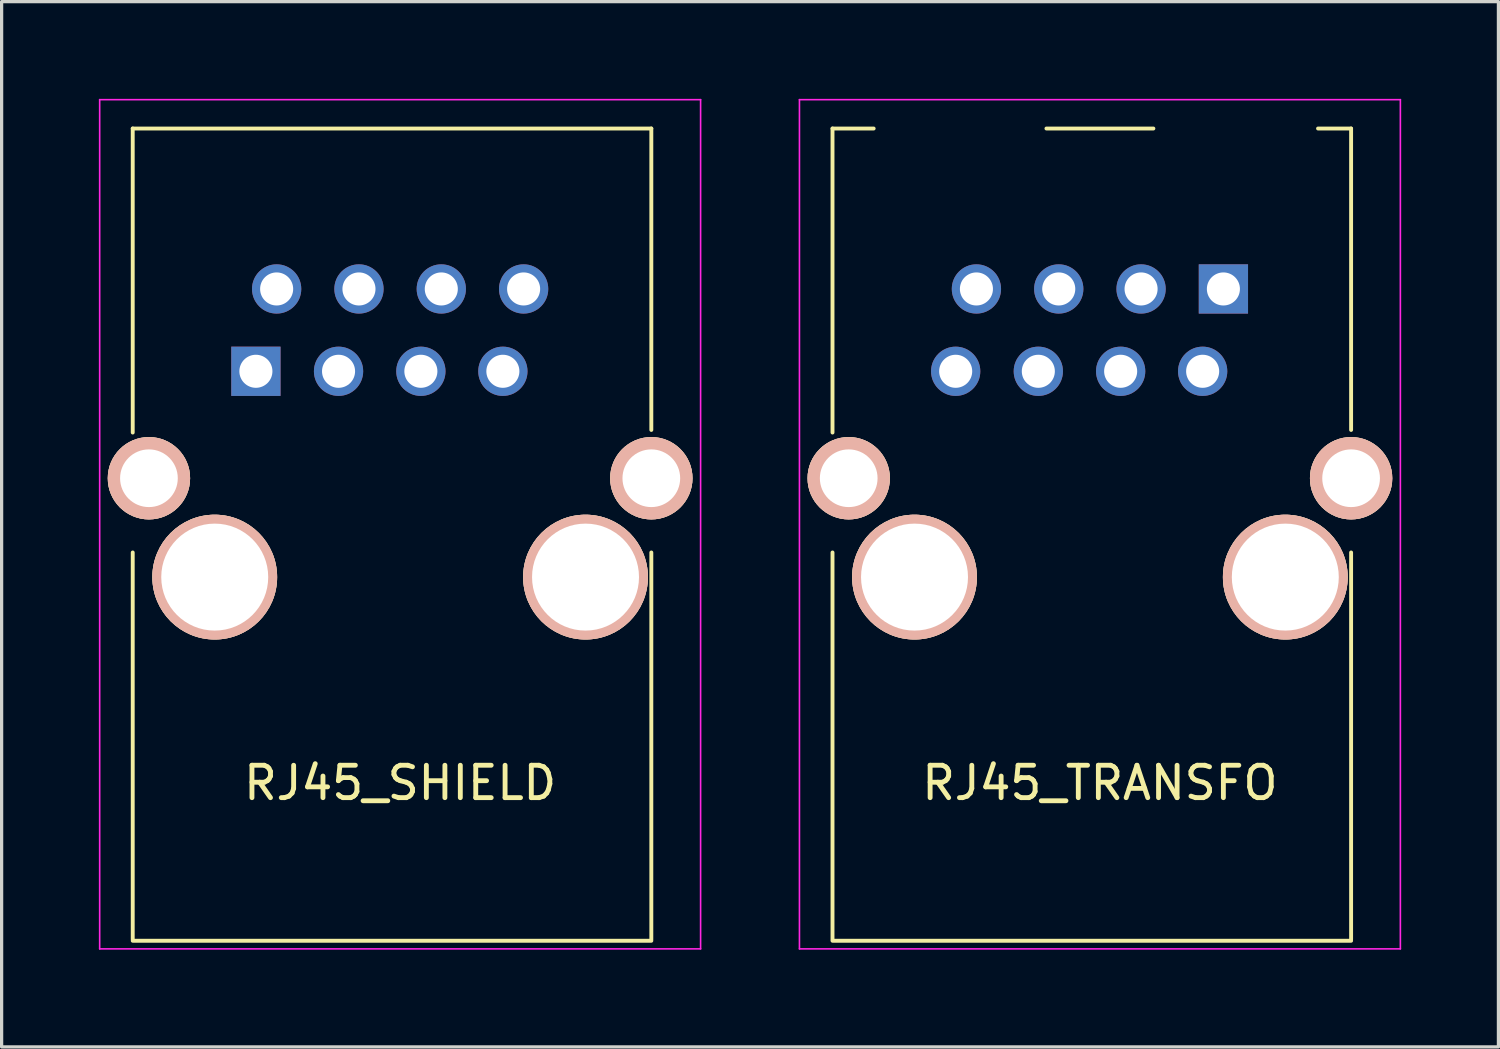
<source format=kicad_pcb>
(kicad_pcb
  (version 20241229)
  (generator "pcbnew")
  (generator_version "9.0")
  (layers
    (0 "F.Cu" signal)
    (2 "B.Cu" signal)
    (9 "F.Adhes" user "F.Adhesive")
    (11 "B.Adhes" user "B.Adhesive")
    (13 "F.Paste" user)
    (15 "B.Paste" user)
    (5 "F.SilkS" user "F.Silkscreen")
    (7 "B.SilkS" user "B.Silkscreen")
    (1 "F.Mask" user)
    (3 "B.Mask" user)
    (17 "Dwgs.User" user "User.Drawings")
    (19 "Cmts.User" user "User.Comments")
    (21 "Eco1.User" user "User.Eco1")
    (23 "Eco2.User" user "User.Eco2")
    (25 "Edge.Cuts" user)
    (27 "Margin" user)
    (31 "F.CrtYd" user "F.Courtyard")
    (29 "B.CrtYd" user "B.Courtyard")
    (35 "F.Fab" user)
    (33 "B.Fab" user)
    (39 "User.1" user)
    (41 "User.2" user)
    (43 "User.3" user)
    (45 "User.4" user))
  (footprint "RJ45_SHIELD"
    (layer "F.Cu")
    (at 13.105 5.865)
    (property "Reference" "RJ45_SHIELD" (at -3.81 15.24 0) (layer "F.SilkS") (effects (font (size 1 1) (thickness 0.15))))
    (attr through_hole)
    (fp_line (start -12.06 -4.95) (end -12.06 4.43) (stroke (width 0.12) (type solid)) (layer "F.SilkS"))
    (fp_line (start -12.06 20.07) (end -12.06 8.13) (stroke (width 0.12) (type solid)) (layer "F.SilkS"))
    (fp_line (start -12.06 20.11) (end 3.94 20.11) (stroke (width 0.12) (type solid)) (layer "F.SilkS"))
    (fp_line (start 3.94 -4.95) (end -12.06 -4.95) (stroke (width 0.12) (type solid)) (layer "F.SilkS"))
    (fp_line (start 3.94 -4.95) (end 3.94 4.35) (stroke (width 0.12) (type solid)) (layer "F.SilkS"))
    (fp_line (start 3.94 20.07) (end 3.94 8.13) (stroke (width 0.12) (type solid)) (layer "F.SilkS"))
    (fp_line (start -13.08 -5.84) (end -13.08 20.36) (stroke (width 0.05) (type solid)) (layer "F.CrtYd"))
    (fp_line (start -13.08 -5.84) (end 5.46 -5.84) (stroke (width 0.05) (type solid)) (layer "F.CrtYd"))
    (fp_line (start 5.46 20.36) (end -13.08 20.36) (stroke (width 0.05) (type solid)) (layer "F.CrtYd"))
    (fp_line (start 5.46 20.36) (end 5.46 -5.84) (stroke (width 0.05) (type solid)) (layer "F.CrtYd"))
    (pad "1" thru_hole rect (at -8.26 2.54) (size 1.52 1.52) (drill 1.02) (layers "*.Cu" "*.Mask"))
    (pad "2" thru_hole circle (at -7.62 0) (size 1.52 1.52) (drill 1.02) (layers "*.Cu" "*.Mask"))
    (pad "3" thru_hole circle (at -5.71 2.54) (size 1.52 1.52) (drill 1.02) (layers "*.Cu" "*.Mask"))
    (pad "4" thru_hole circle (at -5.08 0) (size 1.52 1.52) (drill 1.02) (layers "*.Cu" "*.Mask"))
    (pad "5" thru_hole circle (at -3.17 2.54) (size 1.52 1.52) (drill 1.02) (layers "*.Cu" "*.Mask"))
    (pad "6" thru_hole circle (at -2.54 0) (size 1.52 1.52) (drill 1.02) (layers "*.Cu" "*.Mask"))
    (pad "7" thru_hole circle (at -0.64 2.54) (size 1.52 1.52) (drill 1.02) (layers "*.Cu" "*.Mask"))
    (pad "8" thru_hole circle (at 0 0) (size 1.52 1.52) (drill 1.02) (layers "*.Cu" "*.Mask"))
    (pad "9" thru_hole circle (at -11.56 5.84) (size 2.54 2.54) (drill 1.78) (layers "*.Cu" "*.SilkS" "*.Mask"))
    (pad "9" thru_hole circle (at 3.94 5.84) (size 2.54 2.54) (drill 1.78) (layers "*.Cu" "*.SilkS" "*.Mask"))
    (pad "Hole" thru_hole circle (at -9.53 8.89) (size 3.85 3.85) (drill 3.3) (layers "*.Cu" "*.SilkS" "*.Mask"))
    (pad "Hole" thru_hole circle (at 1.91 8.89) (size 3.85 3.85) (drill 3.3) (layers "*.Cu" "*.SilkS" "*.Mask")))
  (footprint "RJ45_TRANSFO"
    (layer "F.Cu")
    (at 34.695 5.865)
    (property "Reference" "RJ45_TRANSFO" (at -3.81 15.24 0) (layer "F.SilkS") (effects (font (size 1 1) (thickness 0.15))))
    (attr through_hole)
    (fp_line (start -12.06 -4.95) (end -12.06 4.43) (stroke (width 0.12) (type solid)) (layer "F.SilkS"))
    (fp_line (start -12.06 -4.95) (end -10.79 -4.95) (stroke (width 0.12) (type solid)) (layer "F.SilkS"))
    (fp_line (start -12.06 20.07) (end -12.06 8.13) (stroke (width 0.12) (type solid)) (layer "F.SilkS"))
    (fp_line (start -12.06 20.11) (end 3.94 20.11) (stroke (width 0.12) (type solid)) (layer "F.SilkS"))
    (fp_line (start -5.46 -4.95) (end -2.16 -4.95) (stroke (width 0.12) (type solid)) (layer "F.SilkS"))
    (fp_line (start 3.94 -4.95) (end 2.92 -4.95) (stroke (width 0.12) (type solid)) (layer "F.SilkS"))
    (fp_line (start 3.94 -4.95) (end 3.94 4.35) (stroke (width 0.12) (type solid)) (layer "F.SilkS"))
    (fp_line (start 3.94 20.07) (end 3.94 8.13) (stroke (width 0.12) (type solid)) (layer "F.SilkS"))
    (fp_line (start -13.08 -5.84) (end -13.08 20.36) (stroke (width 0.05) (type solid)) (layer "F.CrtYd"))
    (fp_line (start -13.08 -5.84) (end 5.46 -5.84) (stroke (width 0.05) (type solid)) (layer "F.CrtYd"))
    (fp_line (start 5.46 20.36) (end -13.08 20.36) (stroke (width 0.05) (type solid)) (layer "F.CrtYd"))
    (fp_line (start 5.46 20.36) (end 5.46 -5.84) (stroke (width 0.05) (type solid)) (layer "F.CrtYd"))
    (pad "1" thru_hole rect (at 0 0) (size 1.52 1.52) (drill 1.02) (layers "*.Cu" "*.Mask"))
    (pad "2" thru_hole circle (at -0.64 2.54) (size 1.52 1.52) (drill 1.02) (layers "*.Cu" "*.Mask"))
    (pad "3" thru_hole circle (at -2.54 0) (size 1.52 1.52) (drill 1.02) (layers "*.Cu" "*.Mask"))
    (pad "4" thru_hole circle (at -3.17 2.54) (size 1.52 1.52) (drill 1.02) (layers "*.Cu" "*.Mask"))
    (pad "5" thru_hole circle (at -5.08 0) (size 1.52 1.52) (drill 1.02) (layers "*.Cu" "*.Mask"))
    (pad "6" thru_hole circle (at -5.71 2.54) (size 1.52 1.52) (drill 1.02) (layers "*.Cu" "*.Mask"))
    (pad "7" thru_hole circle (at -7.62 0) (size 1.52 1.52) (drill 1.02) (layers "*.Cu" "*.Mask"))
    (pad "8" thru_hole circle (at -8.26 2.54) (size 1.52 1.52) (drill 1.02) (layers "*.Cu" "*.Mask"))
    (pad "9" thru_hole circle (at -11.56 5.84) (size 2.54 2.54) (drill 1.78) (layers "*.Cu" "*.SilkS" "*.Mask"))
    (pad "9" thru_hole circle (at 3.94 5.84) (size 2.54 2.54) (drill 1.78) (layers "*.Cu" "*.SilkS" "*.Mask"))
    (pad "Hole" thru_hole circle (at -9.53 8.89) (size 3.85 3.85) (drill 3.3) (layers "*.Cu" "*.SilkS" "*.Mask"))
    (pad "Hole" thru_hole circle (at 1.91 8.89) (size 3.85 3.85) (drill 3.3) (layers "*.Cu" "*.SilkS" "*.Mask")))
  (gr_rect
    (start -3 -3)
    (end 43.18 29.25)
    (stroke (width 0.1) (type default))
    (fill no)
    (layer "Edge.Cuts")))
</source>
